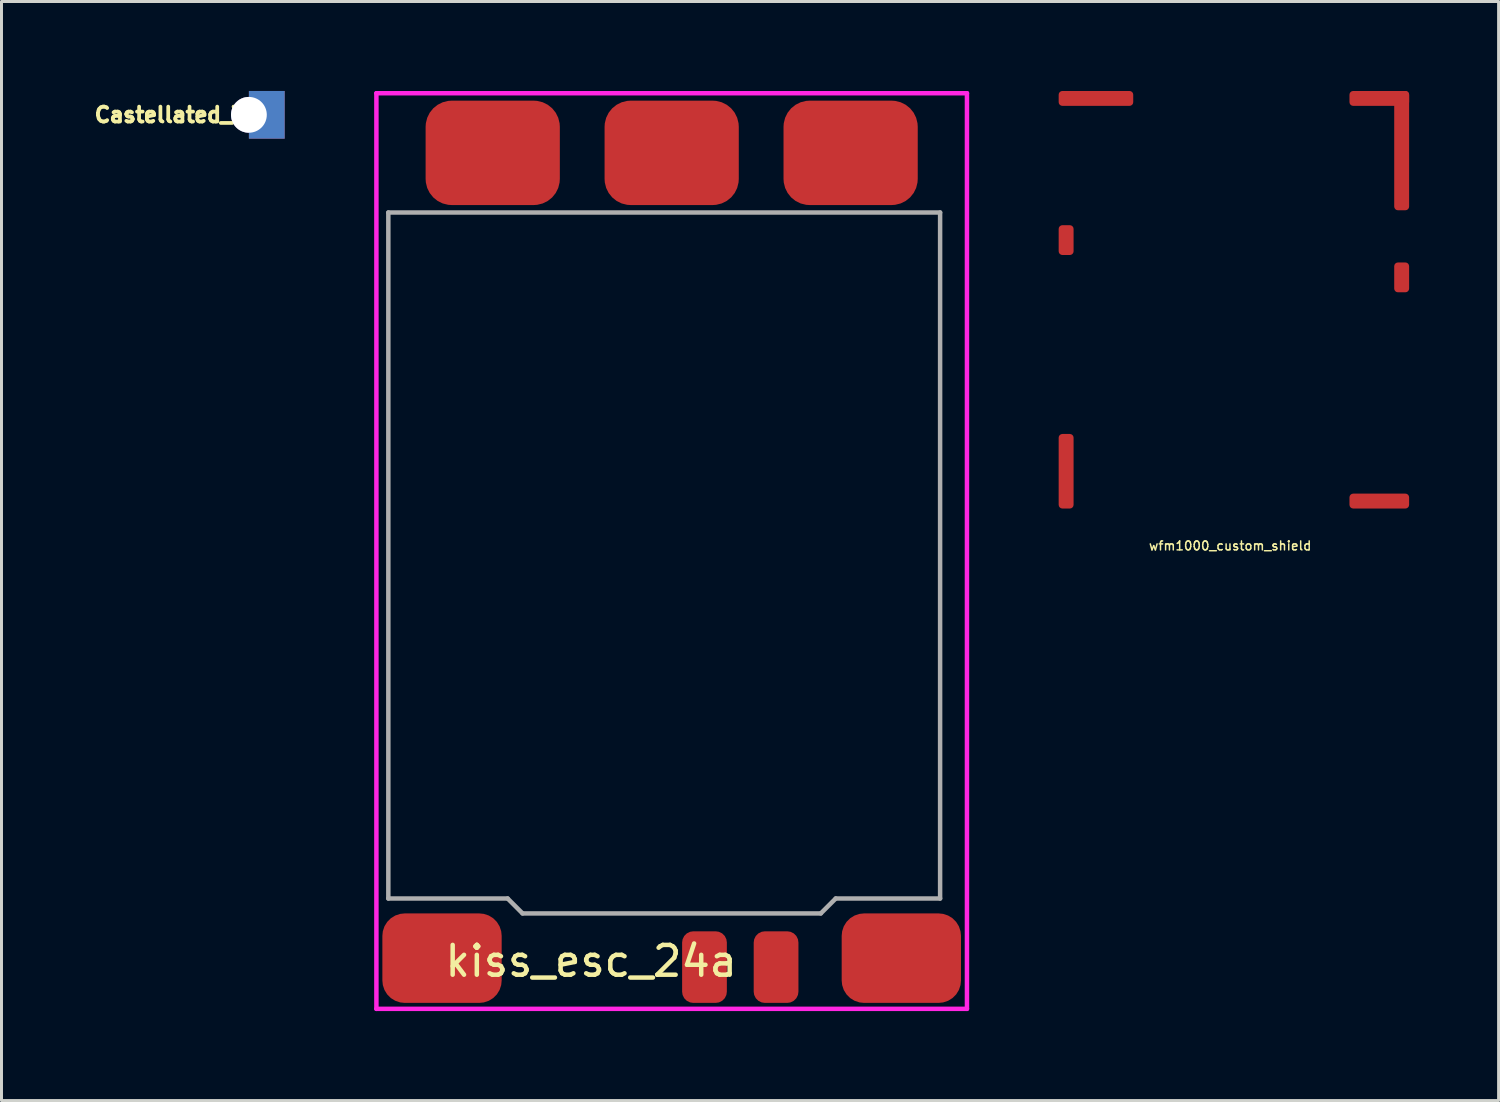
<source format=kicad_pcb>
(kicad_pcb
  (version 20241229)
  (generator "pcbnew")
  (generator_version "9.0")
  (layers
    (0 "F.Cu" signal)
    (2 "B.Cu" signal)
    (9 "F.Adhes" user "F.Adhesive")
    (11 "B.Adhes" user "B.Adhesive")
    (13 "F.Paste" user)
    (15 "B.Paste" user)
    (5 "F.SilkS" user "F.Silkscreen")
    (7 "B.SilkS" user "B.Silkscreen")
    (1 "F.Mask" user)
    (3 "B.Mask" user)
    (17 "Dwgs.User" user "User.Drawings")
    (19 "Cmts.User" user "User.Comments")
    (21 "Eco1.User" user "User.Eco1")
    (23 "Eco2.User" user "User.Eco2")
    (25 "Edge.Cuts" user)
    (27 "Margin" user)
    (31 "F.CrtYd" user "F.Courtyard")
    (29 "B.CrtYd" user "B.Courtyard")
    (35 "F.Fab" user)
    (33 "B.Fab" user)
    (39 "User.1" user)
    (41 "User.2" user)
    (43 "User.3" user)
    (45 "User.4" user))
  (footprint "wfm1000_custom_shield"
    (layer "F.Cu")
    (at 38.32 7)
    (property "Reference" "wfm1000_custom_shield" (at -0.125 8.25 0) (layer "F.SilkS") (effects (font (size 0.3 0.3) (thickness 0.05))))
    (attr exclude_from_pos_files exclude_from_bom)
    (fp_line (start -5.625 -6.75) (end 5.625 -6.75) (stroke (width 0.35) (type solid)) (layer "Eco1.User"))
    (fp_line (start -5.625 6.75) (end -5.625 -6.75) (stroke (width 0.35) (type solid)) (layer "Eco1.User"))
    (fp_line (start 5.625 -6.75) (end 5.625 6.75) (stroke (width 0.35) (type solid)) (layer "Eco1.User"))
    (fp_line (start 5.625 6.75) (end -5.625 6.75) (stroke (width 0.35) (type solid)) (layer "Eco1.User"))
    (pad "1" smd roundrect (at -5.625 -2 90) (size 1 0.5) (layers "F.Cu" "F.Mask") (roundrect_rratio 0.25))
    (pad "1" smd roundrect (at -5.625 5.75 90) (size 2.5 0.5) (layers "F.Cu" "F.Mask") (roundrect_rratio 0.25))
    (pad "1" smd roundrect (at -4.625 -6.75 90) (size 0.5 2.5) (layers "F.Cu" "F.Mask") (roundrect_rratio 0.25))
    (pad "1" smd roundrect (at 4.875 -6.75) (size 2 0.5) (layers "F.Cu" "F.Mask") (roundrect_rratio 0.25))
    (pad "1" smd roundrect (at 4.875 6.75) (size 2 0.5) (layers "F.Cu" "F.Mask") (roundrect_rratio 0.25))
    (pad "1" smd roundrect (at 5.625 -5) (size 0.5 4) (layers "F.Cu" "F.Mask") (roundrect_rratio 0.25))
    (pad "1" smd roundrect (at 5.625 -0.75 90) (size 1 0.5) (layers "F.Cu" "F.Mask") (roundrect_rratio 0.25)))
  (footprint "kiss_esc_24a"
    (layer "F.Cu")
    (at 19.47 15.575)
    (property "Reference" "kiss_esc_24a" (at -2.7 13.6 0) (layer "F.SilkS") (effects (font (size 1 1) (thickness 0.15))))
    (property "Value" "${VALUE}" (at 0 0 0) (layer "F.Fab") (hide yes) (effects (font (size 1 1) (thickness 0.15))))
    (attr through_hole)
    (fp_line (start -9.9 -15.5) (end -9.9 15.2) (stroke (width 0.15) (type solid)) (layer "F.CrtYd"))
    (fp_line (start -9.9 15.2) (end 9.9 15.2) (stroke (width 0.15) (type solid)) (layer "F.CrtYd"))
    (fp_line (start 9.9 -15.5) (end -9.9 -15.5) (stroke (width 0.15) (type solid)) (layer "F.CrtYd"))
    (fp_line (start 9.9 15.2) (end 9.9 -15.5) (stroke (width 0.15) (type solid)) (layer "F.CrtYd"))
    (fp_line (start -9.5 -11.5) (end 9 -11.5) (stroke (width 0.15) (type solid)) (layer "F.Fab"))
    (fp_line (start -9.5 11.5) (end -9.5 -11.5) (stroke (width 0.15) (type solid)) (layer "F.Fab"))
    (fp_line (start -5.5 11.5) (end -9.5 11.5) (stroke (width 0.15) (type solid)) (layer "F.Fab"))
    (fp_line (start -5 12) (end -5.5 11.5) (stroke (width 0.15) (type solid)) (layer "F.Fab"))
    (fp_line (start 5 12) (end -5 12) (stroke (width 0.15) (type solid)) (layer "F.Fab"))
    (fp_line (start 5.5 11.5) (end 5 12) (stroke (width 0.15) (type solid)) (layer "F.Fab"))
    (fp_line (start 9 -11.5) (end 9 11.5) (stroke (width 0.15) (type solid)) (layer "F.Fab"))
    (fp_line (start 9 11.5) (end 5.5 11.5) (stroke (width 0.15) (type solid)) (layer "F.Fab"))
    (pad "1" smd roundrect (at -7.7 13.5) (size 4 3) (layers "F.Cu" "F.Mask" "F.Paste") (roundrect_rratio 0.25))
    (pad "2" smd roundrect (at 1.1 13.8) (size 1.5 2.4) (layers "F.Cu" "F.Mask" "F.Paste") (roundrect_rratio 0.25))
    (pad "3" smd roundrect (at 3.5 13.8) (size 1.5 2.4) (layers "F.Cu" "F.Mask" "F.Paste") (roundrect_rratio 0.25))
    (pad "4" smd roundrect (at 7.7 13.5) (size 4 3) (layers "F.Cu" "F.Mask" "F.Paste") (roundrect_rratio 0.25))
    (pad "5" smd roundrect (at 6 -13.5) (size 4.5 3.5) (layers "F.Cu" "F.Mask" "F.Paste") (roundrect_rratio 0.25))
    (pad "6" smd roundrect (at 0 -13.5) (size 4.5 3.5) (layers "F.Cu" "F.Mask" "F.Paste") (roundrect_rratio 0.25))
    (pad "7" smd roundrect (at -6 -13.5) (size 4.5 3.5) (layers "F.Cu" "F.Mask" "F.Paste") (roundrect_rratio 0.25)))
  (footprint "Castellated_Via"
    (layer "F.Cu")
    (at 5.295 0.8)
    (property "Reference" "Castellated_Via" (at -2.3 0 0) (layer "F.SilkS") (effects (font (size 0.5 0.5) (thickness 0.125))))
    (attr exclude_from_pos_files exclude_from_bom)
    (pad "1" thru_hole circle (at 0 0) (size 1.2 1.2) (drill 1.2) (layers "*.Cu" "*.Mask"))
    (pad "1" smd rect (at 0.6 0) (size 1.2 1.6) (layers "F.Cu" "F.Mask"))
    (pad "1" smd rect (at 0.6 0) (size 1.2 1.6) (layers "B.Cu" "B.Mask")))
  (gr_rect
    (start -3 -3)
    (end 47.195 33.85)
    (stroke (width 0.1) (type default))
    (fill no)
    (layer "Edge.Cuts")))
</source>
